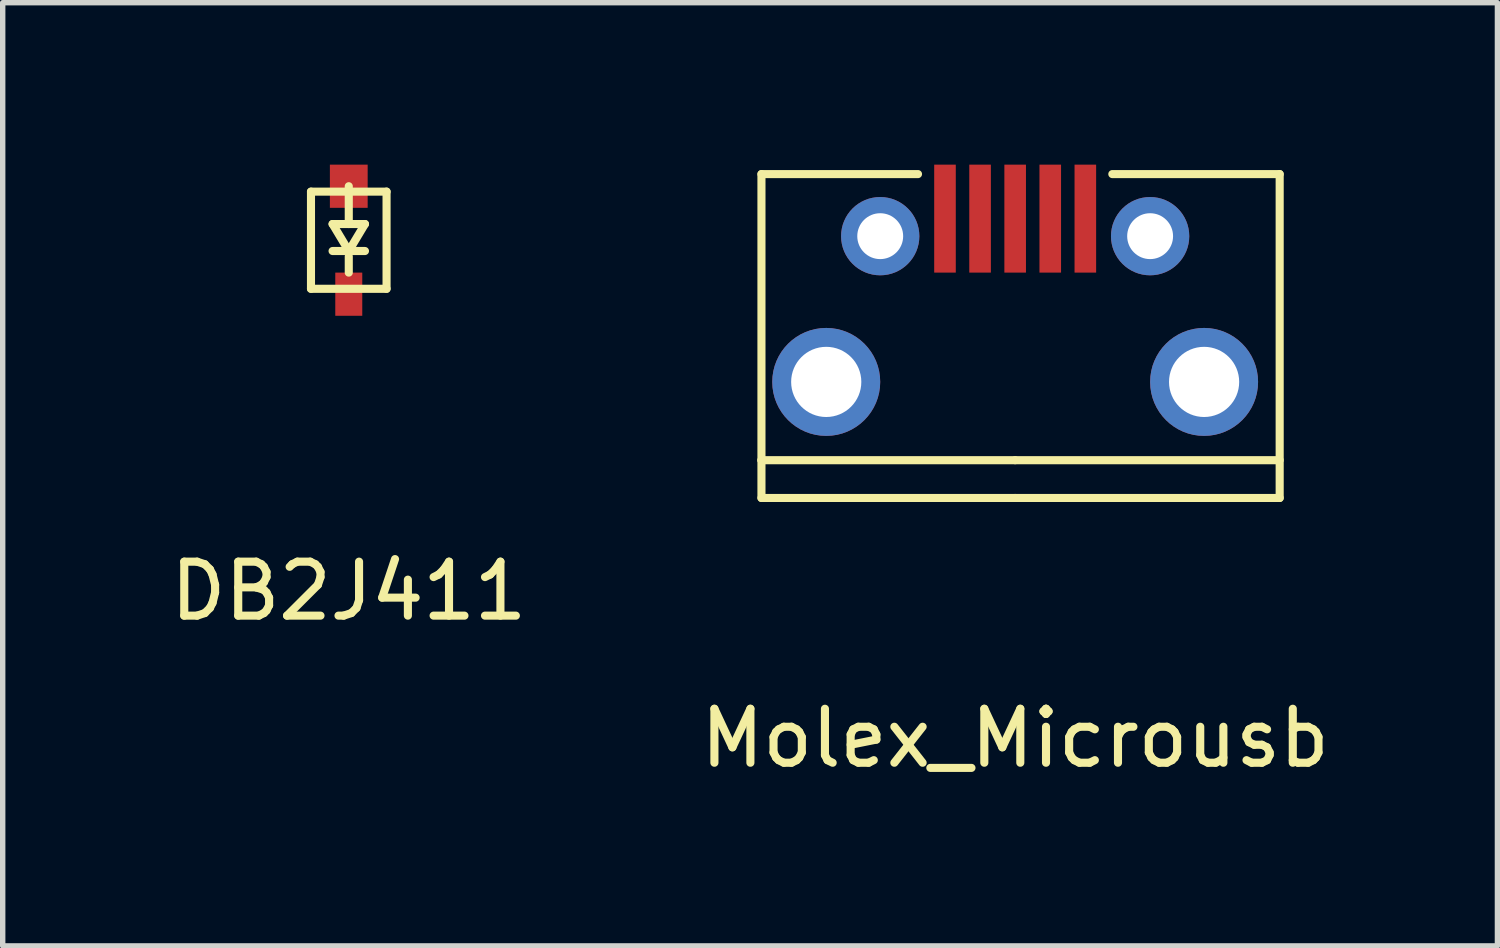
<source format=kicad_pcb>
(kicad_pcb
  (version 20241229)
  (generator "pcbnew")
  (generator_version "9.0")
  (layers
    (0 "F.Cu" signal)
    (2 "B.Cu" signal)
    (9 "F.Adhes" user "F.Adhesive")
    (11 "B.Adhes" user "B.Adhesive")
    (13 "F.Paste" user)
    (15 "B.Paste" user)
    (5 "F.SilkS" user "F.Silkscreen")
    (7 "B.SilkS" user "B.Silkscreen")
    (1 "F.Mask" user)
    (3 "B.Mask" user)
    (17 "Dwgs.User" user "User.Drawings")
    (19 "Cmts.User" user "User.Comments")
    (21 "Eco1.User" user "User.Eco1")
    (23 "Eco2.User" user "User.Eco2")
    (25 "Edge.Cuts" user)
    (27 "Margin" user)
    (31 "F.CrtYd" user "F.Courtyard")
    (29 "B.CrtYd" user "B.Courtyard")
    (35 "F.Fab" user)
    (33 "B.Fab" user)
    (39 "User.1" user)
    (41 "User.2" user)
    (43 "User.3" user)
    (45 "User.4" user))
  (footprint "Molex_Microusb"
    (layer "F.Cu")
    (at 15.756 1.325)
    (property "Reference" "Molex_Microusb" (at 0 9.3 0) (layer "F.SilkS") (effects (font (size 1 1) (thickness 0.15))))
    (attr through_hole)
    (fp_line (start -4.7 -1.15) (end -1.8 -1.15) (stroke (width 0.15) (type solid)) (layer "F.SilkS"))
    (fp_line (start -4.7 4.15) (end -4.7 -1.15) (stroke (width 0.15) (type solid)) (layer "F.SilkS"))
    (fp_line (start -4.7 4.15) (end -4.7 4.85) (stroke (width 0.15) (type solid)) (layer "F.SilkS"))
    (fp_line (start 0 4.15) (end -4.7 4.15) (stroke (width 0.15) (type solid)) (layer "F.SilkS"))
    (fp_line (start 0 4.15) (end 4.9 4.15) (stroke (width 0.15) (type solid)) (layer "F.SilkS"))
    (fp_line (start 0 4.85) (end -4.7 4.85) (stroke (width 0.15) (type solid)) (layer "F.SilkS"))
    (fp_line (start 0 4.85) (end 4.9 4.85) (stroke (width 0.15) (type solid)) (layer "F.SilkS"))
    (fp_line (start 4.9 -1.15) (end 1.8 -1.15) (stroke (width 0.15) (type solid)) (layer "F.SilkS"))
    (fp_line (start 4.9 4.15) (end 4.9 -1.15) (stroke (width 0.15) (type solid)) (layer "F.SilkS"))
    (fp_line (start 4.9 4.2) (end 4.9 4.85) (stroke (width 0.15) (type solid)) (layer "F.SilkS"))
    (pad "1" smd rect (at -1.3 -0.325) (size 0.4 2) (layers "F.Cu" "F.Mask" "F.Paste"))
    (pad "2" smd rect (at -0.65 -0.325) (size 0.4 2) (layers "F.Cu" "F.Mask" "F.Paste"))
    (pad "3" smd rect (at 0 -0.325) (size 0.4 2) (layers "F.Cu" "F.Mask" "F.Paste"))
    (pad "4" smd rect (at 0.65 -0.325) (size 0.4 2) (layers "F.Cu" "F.Mask" "F.Paste"))
    (pad "5" smd rect (at 1.3 -0.325) (size 0.4 2) (layers "F.Cu" "F.Mask" "F.Paste"))
    (pad "6" thru_hole circle (at -3.5 2.7) (size 2 2) (drill 1.3) (layers "*.Cu" "*.Mask"))
    (pad "6" thru_hole circle (at -2.5 0) (size 1.45 1.45) (drill 0.85) (layers "*.Cu" "*.Mask"))
    (pad "6" thru_hole circle (at 2.5 0) (size 1.45 1.45) (drill 0.85) (layers "*.Cu" "*.Mask"))
    (pad "6" thru_hole circle (at 3.5 2.7) (size 2 2) (drill 1.3) (layers "*.Cu" "*.Mask")))
  (footprint "DB2J411"
    (layer "F.Cu")
    (at 3.411 1.4)
    (property "Reference" "DB2J411" (at 0 6.5 0) (layer "F.SilkS") (effects (font (size 1 1) (thickness 0.15))))
    (attr through_hole)
    (fp_line (start -0.7 -0.9) (end 0.7 -0.9) (stroke (width 0.15) (type solid)) (layer "F.SilkS"))
    (fp_line (start -0.7 0.9) (end -0.7 -0.9) (stroke (width 0.15) (type solid)) (layer "F.SilkS"))
    (fp_line (start -0.3 -0.3) (end 0 0.2) (stroke (width 0.15) (type solid)) (layer "F.SilkS"))
    (fp_line (start -0.3 -0.3) (end 0.3 -0.3) (stroke (width 0.15) (type solid)) (layer "F.SilkS"))
    (fp_line (start -0.3 0.2) (end 0.3 0.2) (stroke (width 0.15) (type solid)) (layer "F.SilkS"))
    (fp_line (start 0 -0.3) (end 0 -1) (stroke (width 0.15) (type solid)) (layer "F.SilkS"))
    (fp_line (start 0 0.3) (end 0 0.6) (stroke (width 0.15) (type solid)) (layer "F.SilkS"))
    (fp_line (start 0.3 -0.3) (end 0 0.2) (stroke (width 0.15) (type solid)) (layer "F.SilkS"))
    (fp_line (start 0.7 -0.9) (end 0.7 0.9) (stroke (width 0.15) (type solid)) (layer "F.SilkS"))
    (fp_line (start 0.7 0.9) (end -0.7 0.9) (stroke (width 0.15) (type solid)) (layer "F.SilkS"))
    (pad "1" smd rect (at 0 -1) (size 0.7 0.8) (layers "F.Cu" "F.Mask" "F.Paste"))
    (pad "2" smd rect (at 0 1) (size 0.5 0.8) (layers "F.Cu" "F.Mask" "F.Paste")))
  (gr_rect
    (start -3 -3)
    (end 24.69 14.473)
    (stroke (width 0.1) (type default))
    (fill no)
    (layer "Edge.Cuts")))
</source>
